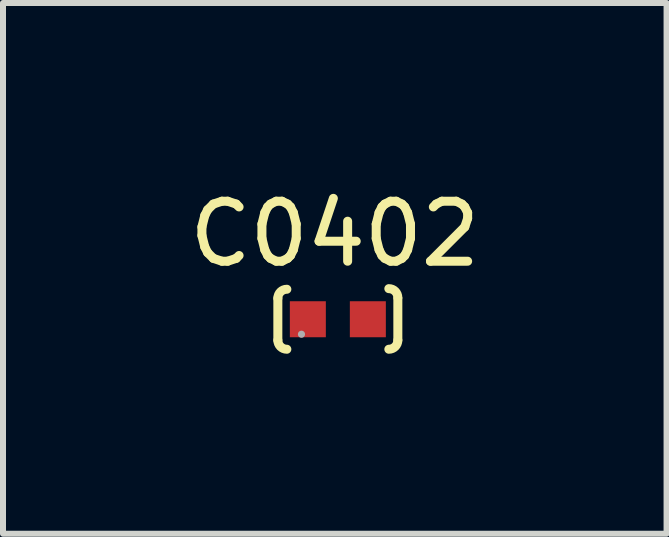
<source format=kicad_pcb>
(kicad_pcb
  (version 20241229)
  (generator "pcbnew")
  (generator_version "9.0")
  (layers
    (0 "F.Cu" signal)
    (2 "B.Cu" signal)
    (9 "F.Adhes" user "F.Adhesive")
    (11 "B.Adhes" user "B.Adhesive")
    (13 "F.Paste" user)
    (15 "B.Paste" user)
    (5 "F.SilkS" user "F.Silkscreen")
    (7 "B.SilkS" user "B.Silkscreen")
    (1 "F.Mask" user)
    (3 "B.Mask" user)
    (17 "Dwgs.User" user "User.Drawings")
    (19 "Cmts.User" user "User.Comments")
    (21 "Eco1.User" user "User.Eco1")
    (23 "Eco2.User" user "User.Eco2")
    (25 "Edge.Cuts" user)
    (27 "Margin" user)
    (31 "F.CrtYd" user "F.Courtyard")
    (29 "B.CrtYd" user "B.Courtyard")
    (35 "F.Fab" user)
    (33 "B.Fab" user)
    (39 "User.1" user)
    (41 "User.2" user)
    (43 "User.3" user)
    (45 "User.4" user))
  (footprint "C0402"
    (layer "F.Cu")
    (at 2.581 2.271)
    (property "Reference" "C0402" (at -0.051 -1.422 0) (layer "F.SilkS") (effects (font (size 1 1) (thickness 0.15))))
    (attr smd)
    (fp_line (start -1 -0.35) (end -1 0.35) (stroke (width 0.15) (type solid)) (layer "F.SilkS"))
    (fp_line (start 1 -0.35) (end 1 0.35) (stroke (width 0.15) (type solid)) (layer "F.SilkS"))
    (fp_arc (start -1 -0.35) (mid -0.956066 -0.456066) (end -0.85 -0.5) (stroke (width 0.15) (type solid)) (layer "F.SilkS"))
    (fp_arc (start -0.85 0.5) (mid -0.956066 0.456066) (end -1 0.35) (stroke (width 0.15) (type solid)) (layer "F.SilkS"))
    (fp_arc (start 0.85 -0.51) (mid 0.956066 -0.466066) (end 1 -0.36) (stroke (width 0.15) (type solid)) (layer "F.SilkS"))
    (fp_arc (start 1 0.35) (mid 0.956066 0.456066) (end 0.85 0.5) (stroke (width 0.15) (type solid)) (layer "F.SilkS"))
    (fp_circle (center -0.606 0.25) (end -0.576 0.25) (stroke (width 0.06) (type solid)) (fill no) (layer "F.Fab"))
    (pad "1" smd rect (at -0.5 0) (size 0.6 0.6) (layers "F.Cu" "F.Mask" "F.Paste"))
    (pad "2" smd rect (at 0.5 0) (size 0.6 0.6) (layers "F.Cu" "F.Mask" "F.Paste")))
  (gr_rect
    (start -3 -3)
    (end 8.06 5.846)
    (stroke (width 0.1) (type default))
    (fill no)
    (layer "Edge.Cuts")))
</source>
